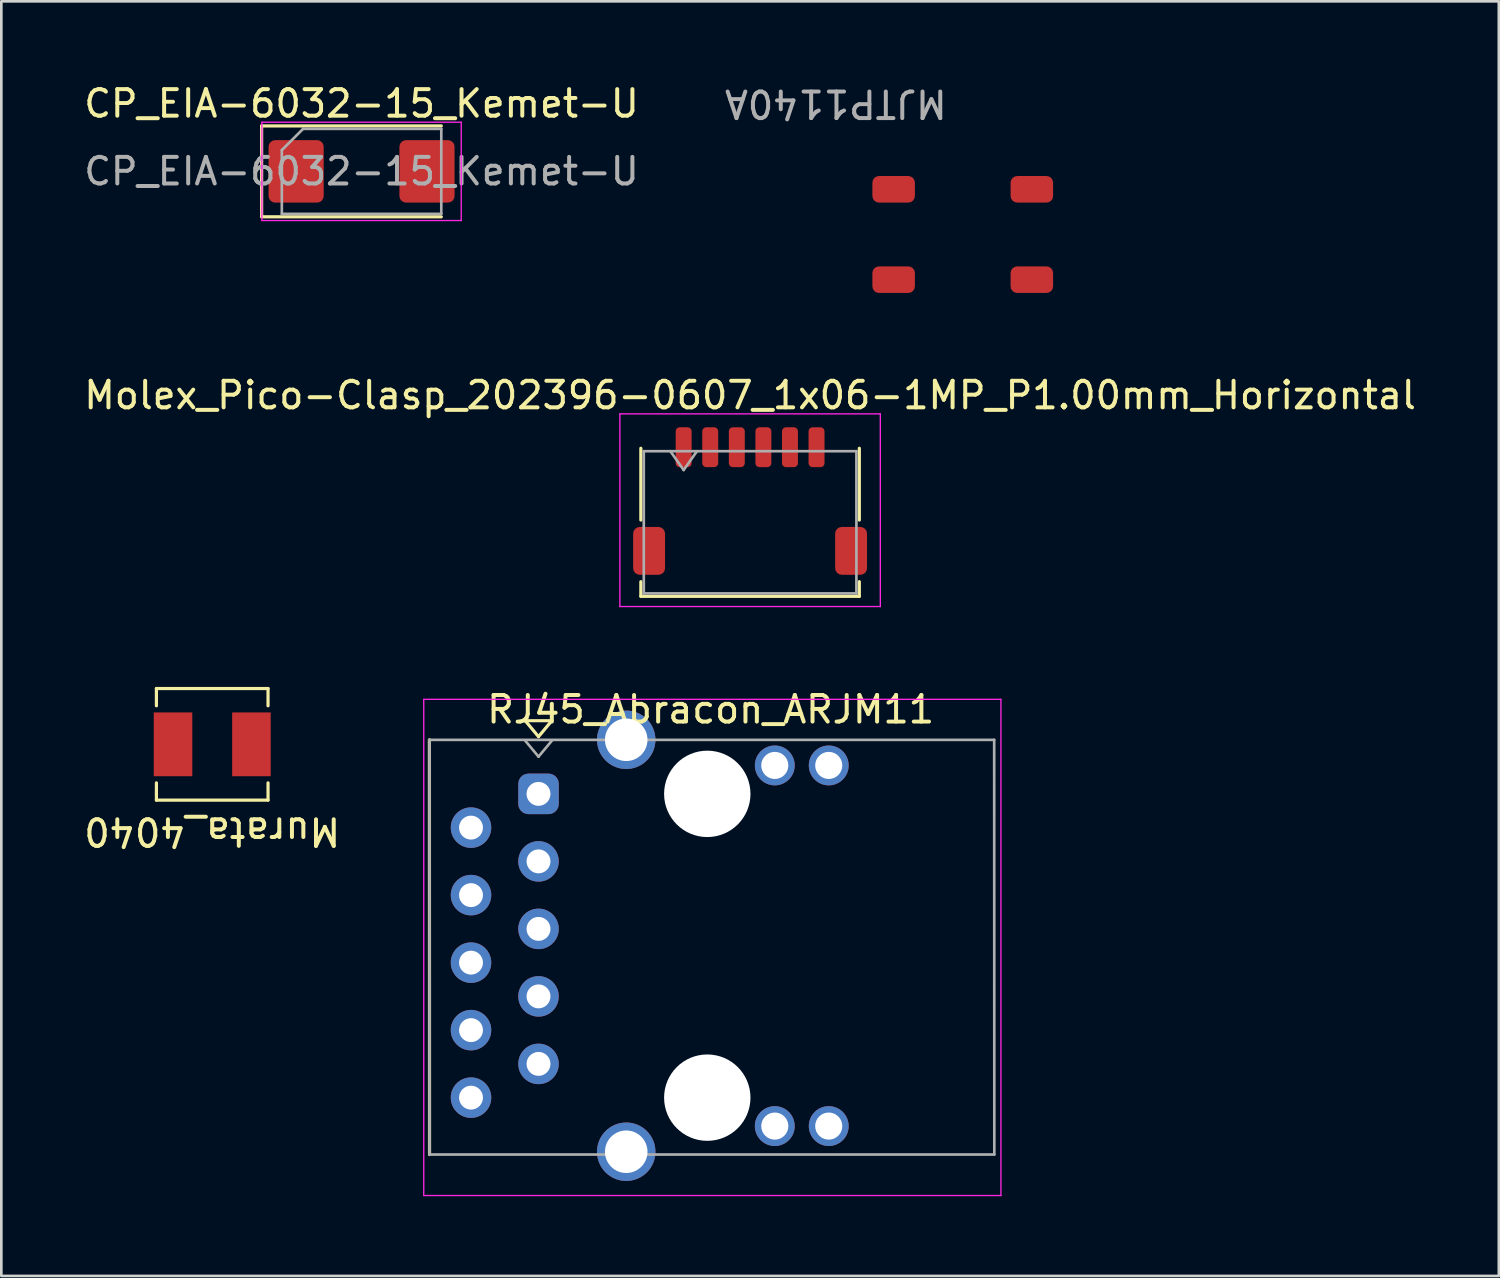
<source format=kicad_pcb>
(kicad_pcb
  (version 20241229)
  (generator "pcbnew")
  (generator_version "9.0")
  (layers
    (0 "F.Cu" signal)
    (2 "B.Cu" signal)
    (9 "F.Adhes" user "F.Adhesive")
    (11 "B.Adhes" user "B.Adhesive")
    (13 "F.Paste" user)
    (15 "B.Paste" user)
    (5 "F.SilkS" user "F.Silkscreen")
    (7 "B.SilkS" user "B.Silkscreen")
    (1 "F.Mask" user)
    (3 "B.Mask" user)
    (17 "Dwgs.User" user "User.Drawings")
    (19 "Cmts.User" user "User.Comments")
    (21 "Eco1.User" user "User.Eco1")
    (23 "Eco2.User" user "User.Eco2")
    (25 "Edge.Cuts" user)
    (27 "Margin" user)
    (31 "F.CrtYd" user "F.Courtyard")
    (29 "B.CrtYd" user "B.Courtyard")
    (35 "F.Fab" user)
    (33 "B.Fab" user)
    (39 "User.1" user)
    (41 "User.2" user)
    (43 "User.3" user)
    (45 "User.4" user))
  (footprint "Murata_4040"
    (layer "F.Cu")
    (at 4.935 24.956)
    (property "Reference" "Murata_4040" (at 0 3.275 180) (unlocked yes) (layer "F.SilkS") (effects (font (size 1 1) (thickness 0.15))))
    (attr smd)
    (fp_line (start -2.1 -2.1) (end -2.1 -1.45) (stroke (width 0.12) (type solid)) (layer "F.SilkS"))
    (fp_line (start -2.1 -2.1) (end 2.1 -2.1) (stroke (width 0.12) (type solid)) (layer "F.SilkS"))
    (fp_line (start -2.1 2.1) (end -2.1 1.45) (stroke (width 0.12) (type solid)) (layer "F.SilkS"))
    (fp_line (start -2.1 2.1) (end 2.1 2.1) (stroke (width 0.12) (type solid)) (layer "F.SilkS"))
    (fp_line (start 2.1 -2.1) (end 2.1 -1.45) (stroke (width 0.12) (type solid)) (layer "F.SilkS"))
    (fp_line (start 2.1 2.1) (end 2.1 1.45) (stroke (width 0.12) (type solid)) (layer "F.SilkS"))
    (pad "1" smd rect (at -1.475 0 180) (size 1.45 2.4) (layers "F.Cu" "F.Mask" "F.Paste"))
    (pad "2" smd rect (at 1.475 0 180) (size 1.45 2.4) (layers "F.Cu" "F.Mask" "F.Paste")))
  (footprint "RJ45_Abracon_ARJM11"
    (layer "F.Cu")
    (at 17.212 26.82)
    (property "Reference" "RJ45_Abracon_ARJM11" (at 6.477 -3.175 0) (layer "F.SilkS") (effects (font (size 1 1) (thickness 0.15))))
    (attr through_hole)
    (fp_line (start -4.1 13.57) (end -4.105 -2.032) (stroke (width 0.12) (type solid)) (layer "F.SilkS"))
    (fp_line (start -0.5 -2.753) (end 0 -2.153) (stroke (width 0.12) (type solid)) (layer "F.SilkS"))
    (fp_line (start -0.5 -2.753) (end 0.5 -2.753) (stroke (width 0.12) (type solid)) (layer "F.SilkS"))
    (fp_line (start 0.5 -2.753) (end 0 -2.153) (stroke (width 0.12) (type solid)) (layer "F.SilkS"))
    (fp_line (start -4.318 -3.556) (end 17.399 -3.556) (stroke (width 0.05) (type solid)) (layer "F.CrtYd"))
    (fp_line (start -4.318 15.113) (end -4.318 -3.556) (stroke (width 0.05) (type solid)) (layer "F.CrtYd"))
    (fp_line (start -4.318 15.113) (end 17.399 15.113) (stroke (width 0.05) (type solid)) (layer "F.CrtYd"))
    (fp_line (start 17.399 15.113) (end 17.399 -3.556) (stroke (width 0.05) (type solid)) (layer "F.CrtYd"))
    (fp_line (start -4.1 -2.032) (end 17.145 -2.032) (stroke (width 0.1) (type solid)) (layer "F.Fab"))
    (fp_line (start -4.1 13.57) (end -4.1 -2.032) (stroke (width 0.1) (type solid)) (layer "F.Fab"))
    (fp_line (start -4.1 13.57) (end 17.15 13.57) (stroke (width 0.1) (type solid)) (layer "F.Fab"))
    (fp_line (start -0.5 -2) (end 0 -1.4) (stroke (width 0.1) (type solid)) (layer "F.Fab"))
    (fp_line (start 0 -1.4) (end 0.5 -2) (stroke (width 0.1) (type solid)) (layer "F.Fab"))
    (fp_line (start 17.15 13.57) (end 17.145 -2.032) (stroke (width 0.1) (type solid)) (layer "F.Fab"))
    (pad "" np_thru_hole circle (at 6.35 0) (size 3.25 3.25) (drill 3.25) (layers "*.Cu" "*.Mask"))
    (pad "" np_thru_hole circle (at 6.35 11.43) (size 3.25 3.25) (drill 3.25) (layers "*.Cu" "*.Mask"))
    (pad "1" thru_hole roundrect (at 0 0) (size 1.524 1.524) (drill 0.9) (layers "*.Cu" "*.Mask") (roundrect_rratio 0.25))
    (pad "2" thru_hole circle (at -2.54 1.27) (size 1.524 1.524) (drill 0.9) (layers "*.Cu" "*.Mask"))
    (pad "3" thru_hole circle (at 0 2.54) (size 1.524 1.524) (drill 0.9) (layers "*.Cu" "*.Mask"))
    (pad "4" thru_hole circle (at -2.54 3.81) (size 1.524 1.524) (drill 0.9) (layers "*.Cu" "*.Mask"))
    (pad "5" thru_hole circle (at 0 5.08) (size 1.524 1.524) (drill 0.9) (layers "*.Cu" "*.Mask"))
    (pad "6" thru_hole circle (at -2.54 6.35) (size 1.524 1.524) (drill 0.9) (layers "*.Cu" "*.Mask"))
    (pad "7" thru_hole circle (at 0 7.62) (size 1.524 1.524) (drill 0.9) (layers "*.Cu" "*.Mask"))
    (pad "8" thru_hole circle (at -2.54 8.89) (size 1.524 1.524) (drill 0.9) (layers "*.Cu" "*.Mask"))
    (pad "9" thru_hole circle (at 0 10.16) (size 1.524 1.524) (drill 0.9) (layers "*.Cu" "*.Mask"))
    (pad "10" thru_hole circle (at -2.54 11.43) (size 1.524 1.524) (drill 0.9) (layers "*.Cu" "*.Mask"))
    (pad "11" thru_hole circle (at 8.89 12.5) (size 1.5 1.5) (drill 1.02) (layers "*.Cu" "*.Mask"))
    (pad "12" thru_hole circle (at 10.92 12.5) (size 1.5 1.5) (drill 1.02) (layers "*.Cu" "*.Mask"))
    (pad "13" thru_hole circle (at 8.89 -1.07) (size 1.5 1.5) (drill 1.02) (layers "*.Cu" "*.Mask"))
    (pad "14" thru_hole circle (at 10.92 -1.07) (size 1.5 1.5) (drill 1.02) (layers "*.Cu" "*.Mask"))
    (pad "SH" thru_hole circle (at 3.3 -2.035) (size 2.2 2.2) (drill 1.6) (layers "*.Cu" "*.Mask"))
    (pad "SH" thru_hole circle (at 3.3 13.465) (size 2.2 2.2) (drill 1.6) (layers "*.Cu" "*.Mask")))
  (footprint "Molex_Pico-Clasp_202396-0607_1x06-1MP_P1.00mm_Horizontal"
    (layer "F.Cu")
    (at 25.173 15.802)
    (property "Reference" "Molex_Pico-Clasp_202396-0607_1x06-1MP_P1.00mm_Horizontal" (at 0 -3.98 0) (layer "F.SilkS") (effects (font (size 1 1) (thickness 0.15))))
    (attr smd)
    (fp_line (start -4.11 0.715) (end -4.11 -1.985) (stroke (width 0.12) (type solid)) (layer "F.SilkS"))
    (fp_line (start -4.11 3.035) (end -4.11 3.585) (stroke (width 0.12) (type solid)) (layer "F.SilkS"))
    (fp_line (start -4.11 3.585) (end 4.11 3.585) (stroke (width 0.12) (type solid)) (layer "F.SilkS"))
    (fp_line (start 4.11 0.715) (end 4.11 -1.985) (stroke (width 0.12) (type solid)) (layer "F.SilkS"))
    (fp_line (start 4.11 3.585) (end 4.11 3.035) (stroke (width 0.12) (type solid)) (layer "F.SilkS"))
    (fp_line (start -4.9 -3.28) (end -4.9 3.97) (stroke (width 0.05) (type solid)) (layer "F.CrtYd"))
    (fp_line (start -4.9 3.97) (end 4.9 3.97) (stroke (width 0.05) (type solid)) (layer "F.CrtYd"))
    (fp_line (start 4.9 -3.28) (end -4.9 -3.28) (stroke (width 0.05) (type solid)) (layer "F.CrtYd"))
    (fp_line (start 4.9 3.97) (end 4.9 -3.28) (stroke (width 0.05) (type solid)) (layer "F.CrtYd"))
    (fp_line (start -4 -1.875) (end -4 3.475) (stroke (width 0.1) (type solid)) (layer "F.Fab"))
    (fp_line (start -4 -1.875) (end 4 -1.875) (stroke (width 0.1) (type solid)) (layer "F.Fab"))
    (fp_line (start -4 3.475) (end 4 3.475) (stroke (width 0.1) (type solid)) (layer "F.Fab"))
    (fp_line (start -3 -1.875) (end -2.5 -1.168) (stroke (width 0.1) (type solid)) (layer "F.Fab"))
    (fp_line (start -2.5 -1.168) (end -2 -1.875) (stroke (width 0.1) (type solid)) (layer "F.Fab"))
    (fp_line (start 4 -1.875) (end 4 3.475) (stroke (width 0.1) (type solid)) (layer "F.Fab"))
    (pad "1" smd roundrect (at -2.5 -2.025 180) (size 0.6 1.5) (layers "F.Cu" "F.Mask" "F.Paste") (roundrect_rratio 0.25))
    (pad "2" smd roundrect (at -1.5 -2.025 180) (size 0.6 1.5) (layers "F.Cu" "F.Mask" "F.Paste") (roundrect_rratio 0.25))
    (pad "3" smd roundrect (at -0.5 -2.025 180) (size 0.6 1.5) (layers "F.Cu" "F.Mask" "F.Paste") (roundrect_rratio 0.25))
    (pad "4" smd roundrect (at 0.5 -2.025 180) (size 0.6 1.5) (layers "F.Cu" "F.Mask" "F.Paste") (roundrect_rratio 0.25))
    (pad "5" smd roundrect (at 1.5 -2.025 180) (size 0.6 1.5) (layers "F.Cu" "F.Mask" "F.Paste") (roundrect_rratio 0.25))
    (pad "6" smd roundrect (at 2.5 -2.025 180) (size 0.6 1.5) (layers "F.Cu" "F.Mask" "F.Paste") (roundrect_rratio 0.25))
    (pad "MP" smd roundrect (at -3.8 1.875 180) (size 1.2 1.8) (layers "F.Cu" "F.Mask" "F.Paste") (roundrect_rratio 0.208))
    (pad "MP" smd roundrect (at 3.8 1.875 180) (size 1.2 1.8) (layers "F.Cu" "F.Mask" "F.Paste") (roundrect_rratio 0.208)))
  (footprint "MJTP1140A"
    (layer "F.Cu")
    (at 33.174 5.773)
    (property "Reference" "MJTP1140A" (at -4.775 -4.925 180) (unlocked yes) (layer "F.Fab") (effects (font (size 1 1) (thickness 0.15))))
    (attr smd)
    (pad "1" smd roundrect (at -2.6 -1.7 180) (size 1.6 1) (layers "F.Cu" "F.Mask" "F.Paste") (roundrect_rratio 0.25))
    (pad "2" smd roundrect (at -2.6 1.7 180) (size 1.6 1) (layers "F.Cu" "F.Mask" "F.Paste") (roundrect_rratio 0.25))
    (pad "3" smd roundrect (at 2.6 -1.7 180) (size 1.6 1) (layers "F.Cu" "F.Mask" "F.Paste") (roundrect_rratio 0.25))
    (pad "4" smd roundrect (at 2.6 1.7 180) (size 1.6 1) (layers "F.Cu" "F.Mask" "F.Paste") (roundrect_rratio 0.25)))
  (footprint "CP_EIA-6032-15_Kemet-U"
    (layer "F.Cu")
    (at 10.554 3.398)
    (property "Reference" "CP_EIA-6032-15_Kemet-U" (at 0 -2.55 0) (layer "F.SilkS") (effects (font (size 1 1) (thickness 0.15))))
    (attr smd)
    (fp_line (start -3.76 -1.71) (end -3.76 1.71) (stroke (width 0.12) (type solid)) (layer "F.SilkS"))
    (fp_line (start -3.76 1.71) (end 3 1.71) (stroke (width 0.12) (type solid)) (layer "F.SilkS"))
    (fp_line (start 3 -1.71) (end -3.76 -1.71) (stroke (width 0.12) (type solid)) (layer "F.SilkS"))
    (fp_line (start -3.75 -1.85) (end 3.75 -1.85) (stroke (width 0.05) (type solid)) (layer "F.CrtYd"))
    (fp_line (start -3.75 1.85) (end -3.75 -1.85) (stroke (width 0.05) (type solid)) (layer "F.CrtYd"))
    (fp_line (start 3.75 -1.85) (end 3.75 1.85) (stroke (width 0.05) (type solid)) (layer "F.CrtYd"))
    (fp_line (start 3.75 1.85) (end -3.75 1.85) (stroke (width 0.05) (type solid)) (layer "F.CrtYd"))
    (fp_line (start -3 -0.8) (end -3 1.6) (stroke (width 0.1) (type solid)) (layer "F.Fab"))
    (fp_line (start -3 1.6) (end 3 1.6) (stroke (width 0.1) (type solid)) (layer "F.Fab"))
    (fp_line (start -2.2 -1.6) (end -3 -0.8) (stroke (width 0.1) (type solid)) (layer "F.Fab"))
    (fp_line (start 3 -1.6) (end -2.2 -1.6) (stroke (width 0.1) (type solid)) (layer "F.Fab"))
    (fp_line (start 3 1.6) (end 3 -1.6) (stroke (width 0.1) (type solid)) (layer "F.Fab"))
    (fp_text user "${REFERENCE}" (at 0 0 0) (layer "F.Fab") (effects (font (size 1 1) (thickness 0.15))))
    (pad "1" smd roundrect (at -2.462 0) (size 2.075 2.35) (layers "F.Cu" "F.Mask" "F.Paste") (roundrect_rratio 0.12))
    (pad "2" smd roundrect (at 2.462 0) (size 2.075 2.35) (layers "F.Cu" "F.Mask" "F.Paste") (roundrect_rratio 0.12)))
  (gr_rect
    (start -3 -3)
    (end 53.345 44.958)
    (stroke (width 0.1) (type default))
    (fill no)
    (layer "Edge.Cuts")))
</source>
